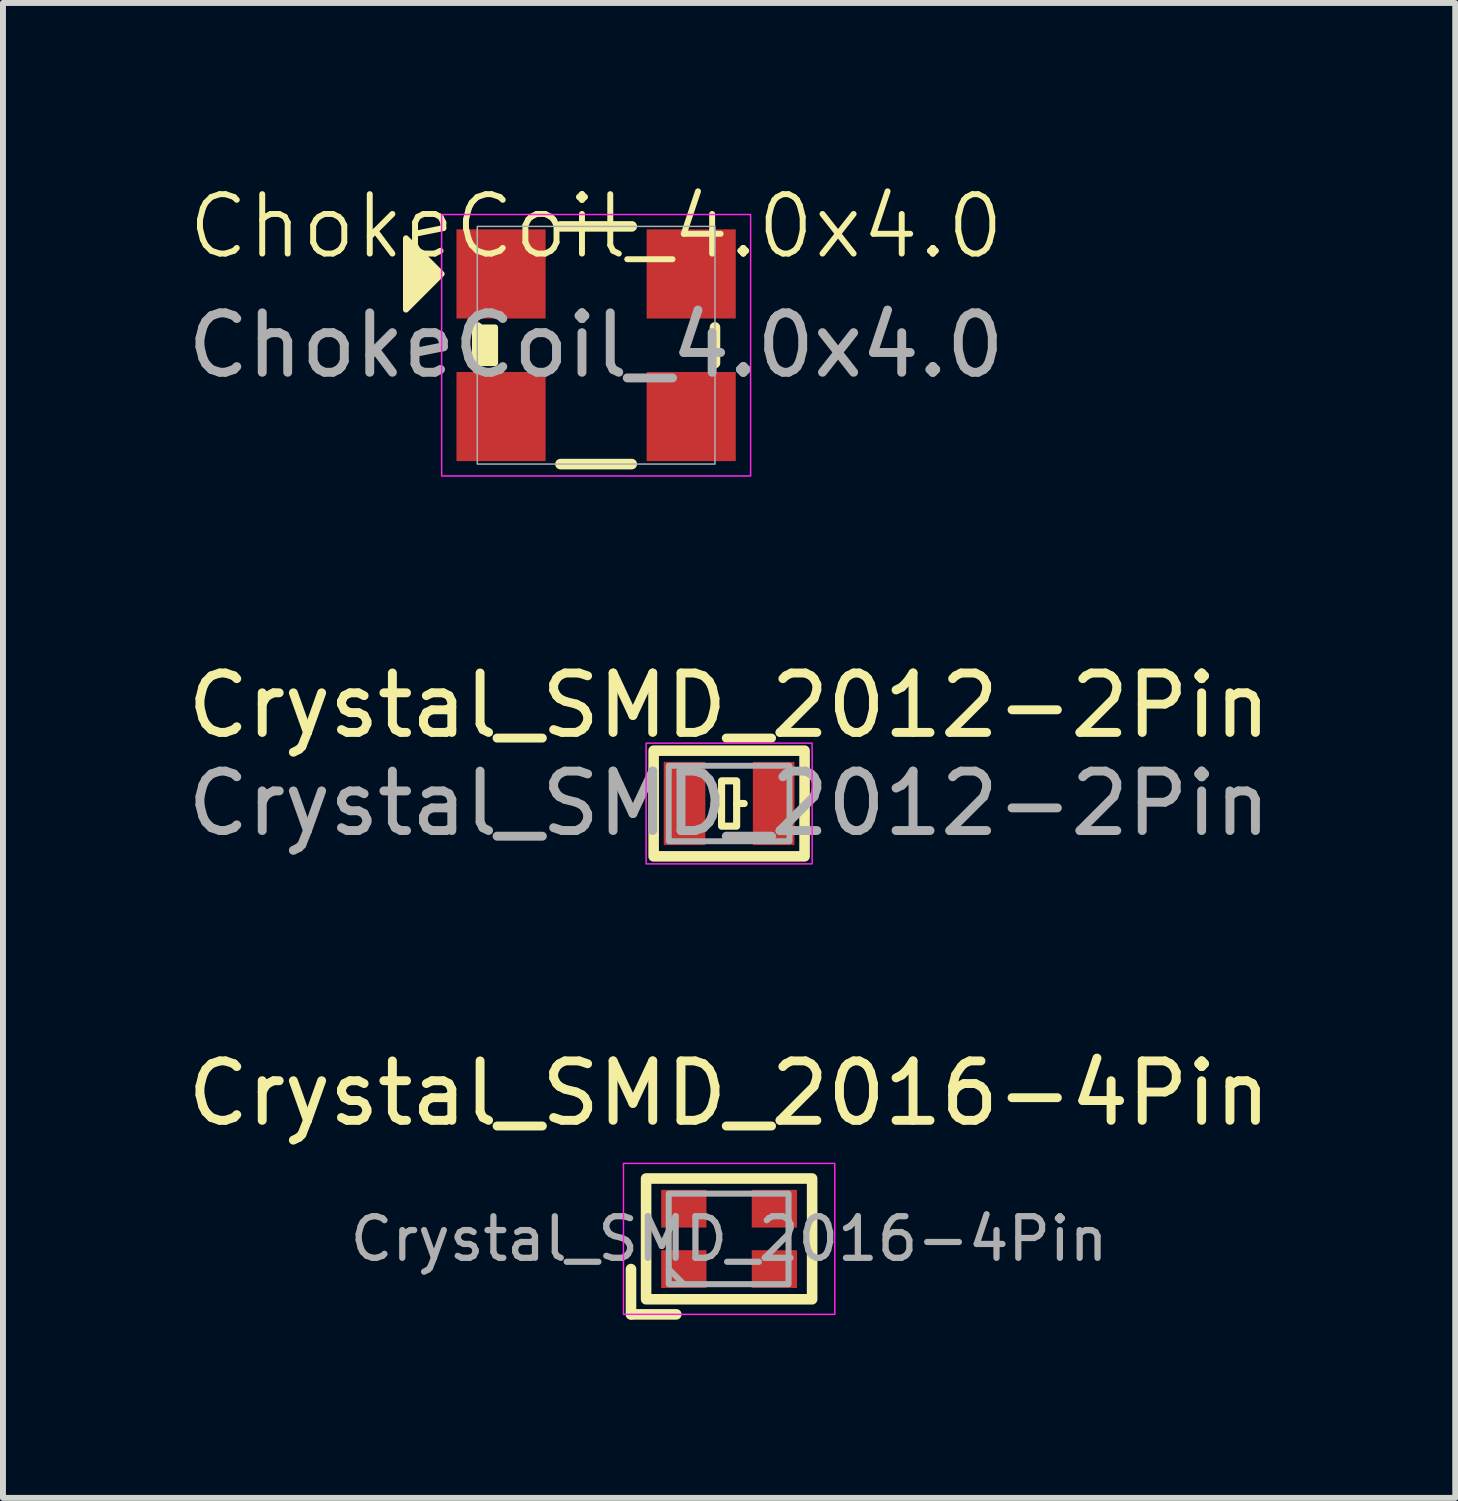
<source format=kicad_pcb>
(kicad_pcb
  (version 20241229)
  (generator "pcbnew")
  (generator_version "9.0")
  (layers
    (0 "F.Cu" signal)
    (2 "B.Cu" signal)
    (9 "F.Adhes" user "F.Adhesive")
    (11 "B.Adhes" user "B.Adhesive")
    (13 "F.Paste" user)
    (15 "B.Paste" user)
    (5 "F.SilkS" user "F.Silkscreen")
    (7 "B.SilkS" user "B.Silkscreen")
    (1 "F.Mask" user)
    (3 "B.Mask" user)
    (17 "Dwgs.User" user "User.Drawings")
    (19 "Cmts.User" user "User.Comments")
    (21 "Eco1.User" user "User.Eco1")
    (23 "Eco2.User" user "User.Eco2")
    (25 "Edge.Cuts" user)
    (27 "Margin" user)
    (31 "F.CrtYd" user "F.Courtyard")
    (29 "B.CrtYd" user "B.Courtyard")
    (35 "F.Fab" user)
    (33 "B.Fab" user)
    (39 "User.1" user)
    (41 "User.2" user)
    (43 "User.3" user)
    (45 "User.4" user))
  (footprint "Crystal_SMD_2016-4Pin"
    (layer "F.Cu")
    (at 9.22 17.799)
    (property "Reference" "Crystal_SMD_2016-4Pin" (at 0 -2.45 0) (layer "F.SilkS") (effects (font (size 1 1) (thickness 0.15))))
    (attr smd)
    (fp_line (start -1.651 0.508) (end -1.651 1.27) (stroke (width 0.178) (type solid)) (layer "F.SilkS"))
    (fp_line (start -1.651 1.27) (end -0.889 1.27) (stroke (width 0.178) (type solid)) (layer "F.SilkS"))
    (fp_rect (start -1.397 -1.016) (end 1.397 1.016) (stroke (width 0.178) (type solid)) (fill no) (layer "F.SilkS"))
    (fp_rect (start -1.778 -1.27) (end 1.778 1.27) (stroke (width 0.025) (type solid)) (fill no) (layer "F.CrtYd"))
    (fp_line (start -1.016 0.508) (end -0.762 0.762) (stroke (width 0.1) (type solid)) (layer "F.Fab"))
    (fp_rect (start -1.016 -0.762) (end 1 0.762) (stroke (width 0.102) (type solid)) (fill no) (layer "F.Fab"))
    (fp_text user "${REFERENCE}" (at 0 0 0) (layer "F.Fab") (effects (font (size 0.7 0.7) (thickness 0.105))))
    (pad "1" smd rect (at -0.762 0.508) (size 0.762 0.635) (layers "F.Cu" "F.Mask" "F.Paste"))
    (pad "2" smd rect (at 0.762 0.508) (size 0.762 0.635) (layers "F.Cu" "F.Mask" "F.Paste"))
    (pad "3" smd rect (at 0.762 -0.508) (size 0.762 0.635) (layers "F.Cu" "F.Mask" "F.Paste"))
    (pad "4" smd rect (at -0.762 -0.508) (size 0.762 0.635) (layers "F.Cu" "F.Mask" "F.Paste")))
  (footprint "Crystal_SMD_2012-2Pin"
    (layer "F.Cu")
    (at 9.22 10.472)
    (property "Reference" "Crystal_SMD_2012-2Pin" (at 0 -1.651 0) (unlocked yes) (layer "F.SilkS") (effects (font (size 1 1) (thickness 0.15))))
    (attr smd)
    (fp_line (start -0.254 0) (end -0.127 0) (stroke (width 0.12) (type solid)) (layer "F.SilkS"))
    (fp_line (start 0.254 0) (end 0.127 0) (stroke (width 0.12) (type solid)) (layer "F.SilkS"))
    (fp_rect (start -1.27 -0.889) (end 1.27 0.889) (stroke (width 0.178) (type solid)) (fill no) (layer "F.SilkS"))
    (fp_rect (start -0.127 -0.381) (end 0.127 0.381) (stroke (width 0.12) (type solid)) (fill no) (layer "F.SilkS"))
    (fp_rect (start -1.397 1.016) (end 1.397 -1.016) (stroke (width 0.025) (type solid)) (fill no) (layer "F.CrtYd"))
    (fp_rect (start -1.016 -0.635) (end 1.016 0.635) (stroke (width 0.1) (type solid)) (fill no) (layer "F.Fab"))
    (fp_text user "${REFERENCE}" (at 0 0 0) (unlocked yes) (layer "F.Fab") (effects (font (size 1 1) (thickness 0.15))))
    (pad "1" smd rect (at -0.75 0) (size 0.7 1.4) (layers "F.Cu" "F.Mask" "F.Paste"))
    (pad "2" smd rect (at 0.75 0) (size 0.7 1.4) (layers "F.Cu" "F.Mask" "F.Paste")))
  (footprint "ChokeCoil_4.0x4.0"
    (layer "F.Cu")
    (at 6.982 2.76)
    (property "Reference" "ChokeCoil_4.0x4.0" (at 0 -2 0) (unlocked yes) (layer "F.SilkS") (effects (font (size 1 1) (thickness 0.1))))
    (attr smd)
    (fp_line (start -2 -0.3) (end -2 0.3) (stroke (width 0.178) (type default)) (layer "F.SilkS"))
    (fp_line (start -0.6 -2) (end 0.6 -2) (stroke (width 0.178) (type default)) (layer "F.SilkS"))
    (fp_line (start -0.6 2) (end 0.6 2) (stroke (width 0.178) (type default)) (layer "F.SilkS"))
    (fp_line (start 2 -0.3) (end 2 0.3) (stroke (width 0.178) (type default)) (layer "F.SilkS"))
    (fp_rect (start -2 -0.3) (end -1.7 0.3) (stroke (width 0.1) (type solid)) (fill yes) (layer "F.SilkS"))
    (fp_poly (pts (xy -2.6 -1.2) (xy -3.2 -1.8) (xy -3.2 -0.6)) (stroke (width 0.1) (type solid)) (fill yes) (layer "F.SilkS"))
    (fp_rect (start -2.6 -2.2) (end 2.6 2.2) (stroke (width 0.025) (type default)) (fill no) (layer "F.CrtYd"))
    (fp_rect (start -2 -2) (end 2 2) (stroke (width 0.025) (type default)) (fill no) (layer "F.Fab"))
    (fp_text user "${REFERENCE}" (at 0 0 0) (unlocked yes) (layer "F.Fab") (effects (font (size 1 1) (thickness 0.15))))
    (pad "1" smd rect (at -1.6 -1.2) (size 1.5 1.5) (layers "F.Cu" "F.Mask" "F.Paste"))
    (pad "2" smd rect (at 1.6 -1.2) (size 1.5 1.5) (layers "F.Cu" "F.Mask" "F.Paste"))
    (pad "3" smd rect (at 1.6 1.2) (size 1.5 1.5) (layers "F.Cu" "F.Mask" "F.Paste"))
    (pad "4" smd rect (at -1.6 1.2) (size 1.5 1.5) (layers "F.Cu" "F.Mask" "F.Paste")))
  (gr_rect
    (start -3 -3)
    (end 21.44 22.158)
    (stroke (width 0.1) (type default))
    (fill no)
    (layer "Edge.Cuts")))
</source>
